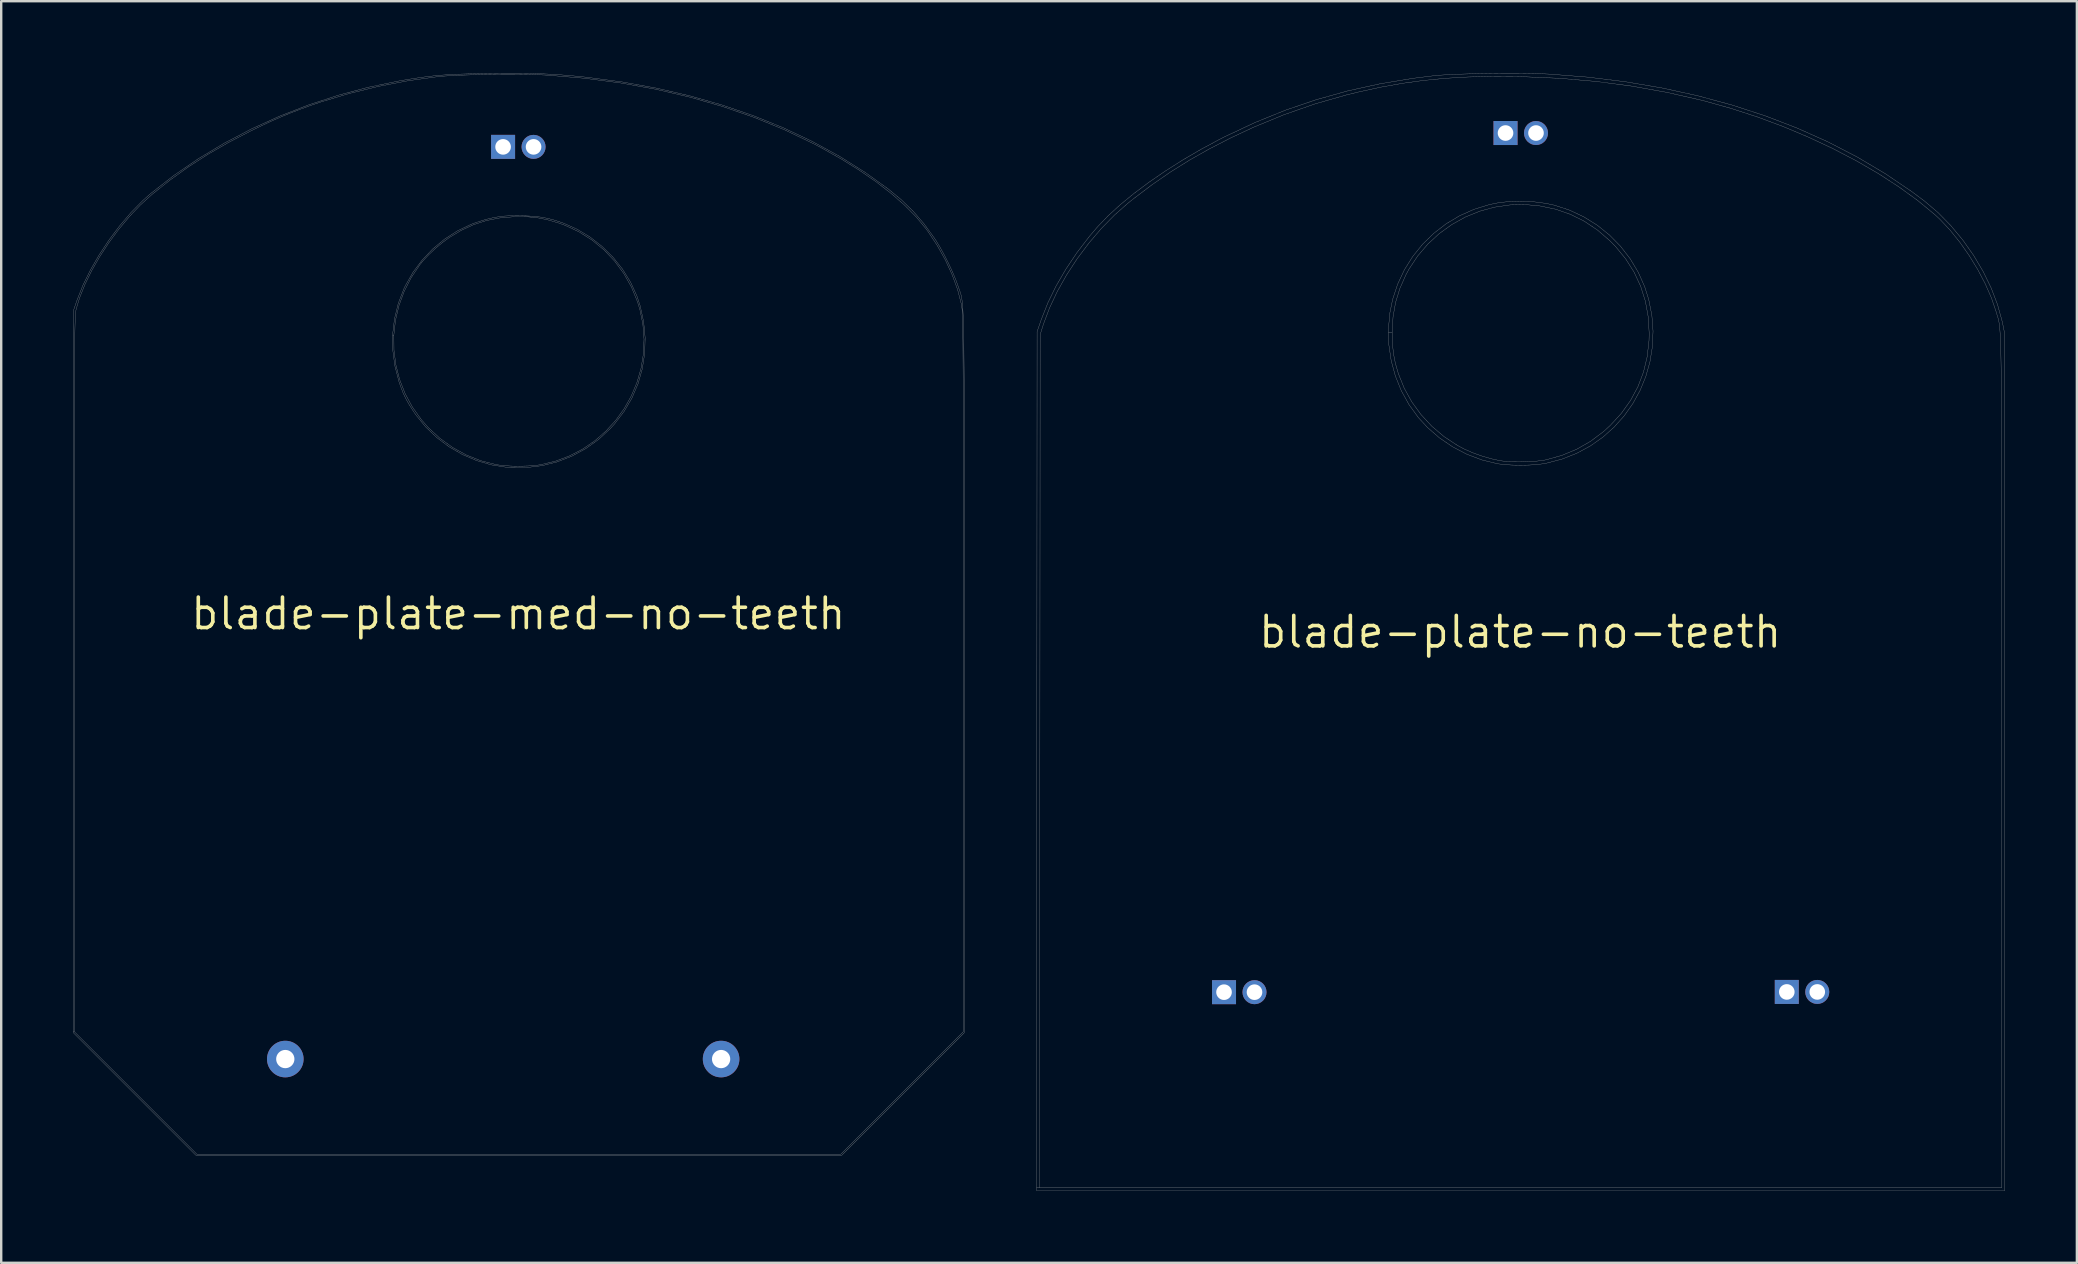
<source format=kicad_pcb>
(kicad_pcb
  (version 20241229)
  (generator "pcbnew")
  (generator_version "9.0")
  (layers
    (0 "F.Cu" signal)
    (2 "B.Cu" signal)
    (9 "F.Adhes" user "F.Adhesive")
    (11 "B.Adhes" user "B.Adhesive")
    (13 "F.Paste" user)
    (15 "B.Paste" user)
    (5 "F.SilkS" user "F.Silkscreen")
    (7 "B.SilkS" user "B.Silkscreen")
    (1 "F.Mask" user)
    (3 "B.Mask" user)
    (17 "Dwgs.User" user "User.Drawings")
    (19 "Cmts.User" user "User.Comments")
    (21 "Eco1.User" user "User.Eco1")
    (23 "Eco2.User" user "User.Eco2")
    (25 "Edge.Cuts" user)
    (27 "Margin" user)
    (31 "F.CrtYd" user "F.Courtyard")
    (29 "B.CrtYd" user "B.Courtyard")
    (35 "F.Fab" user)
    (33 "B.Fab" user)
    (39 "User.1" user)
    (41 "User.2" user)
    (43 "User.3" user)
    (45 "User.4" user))
  (footprint "blade-plate-no-teeth"
    (layer "F.Cu")
    (at 60.294 23.283)
    (property "Reference" "blade-plate-no-teeth" (at 0 0 0) (layer "F.SilkS") (effects (font (size 1.27 1.27) (thickness 0.15))))
    (attr through_hole)
    (fp_poly (pts (xy 0.58 -17.923) (xy 1.072 -17.859) (xy 1.418 -17.785) (xy 2.054 -17.578) (xy 2.653 -17.297) (xy 3.212 -16.949) (xy 3.723 -16.538) (xy 4.183 -16.07) (xy 4.584 -15.551) (xy 4.922 -14.986) (xy 5.191 -14.381) (xy 5.357 -13.854) (xy 5.488 -13.191) (xy 5.537 -12.534) (xy 5.51 -11.887) (xy 5.408 -11.256) (xy 5.236 -10.647) (xy 4.998 -10.065) (xy 4.695 -9.515) (xy 4.333 -9.003) (xy 3.915 -8.535) (xy 3.444 -8.115) (xy 2.923 -7.75) (xy 2.357 -7.444) (xy 1.748 -7.204) (xy 1.101 -7.034) (xy 0.958 -7.008) (xy 0.69 -6.974) (xy 0.367 -6.954) (xy 0.016 -6.948) (xy -0.335 -6.954) (xy -0.659 -6.974) (xy -0.93 -7.007) (xy -0.953 -7.011) (xy -1.597 -7.169) (xy -2.221 -7.405) (xy -2.813 -7.713) (xy -3.366 -8.089) (xy -3.868 -8.526) (xy -4.241 -8.932) (xy -4.632 -9.472) (xy -4.953 -10.052) (xy -5.2 -10.665) (xy -5.374 -11.303) (xy -5.471 -11.959) (xy -5.485 -12.446) (xy -5.334 -12.446) (xy -5.321 -11.991) (xy -5.277 -11.583) (xy -5.199 -11.19) (xy -5.08 -10.78) (xy -5.076 -10.766) (xy -4.832 -10.159) (xy -4.515 -9.586) (xy -4.129 -9.055) (xy -3.681 -8.572) (xy -3.177 -8.144) (xy -2.622 -7.778) (xy -2.349 -7.631) (xy -2 -7.476) (xy -1.603 -7.333) (xy -1.197 -7.215) (xy -0.817 -7.133) (xy -0.804 -7.131) (xy -0.563 -7.104) (xy -0.266 -7.09) (xy 0.061 -7.088) (xy 0.393 -7.099) (xy 0.704 -7.12) (xy 0.97 -7.153) (xy 1.079 -7.173) (xy 1.742 -7.359) (xy 2.36 -7.616) (xy 2.936 -7.946) (xy 3.474 -8.351) (xy 3.749 -8.601) (xy 4.211 -9.103) (xy 4.597 -9.644) (xy 4.907 -10.22) (xy 5.139 -10.83) (xy 5.293 -11.471) (xy 5.369 -12.142) (xy 5.376 -12.446) (xy 5.336 -13.129) (xy 5.217 -13.784) (xy 5.019 -14.408) (xy 4.743 -14.999) (xy 4.39 -15.555) (xy 3.962 -16.075) (xy 3.749 -16.291) (xy 3.23 -16.74) (xy 2.68 -17.109) (xy 2.098 -17.4) (xy 1.484 -17.614) (xy 0.834 -17.75) (xy 0.233 -17.807) (xy -0.423 -17.794) (xy -1.066 -17.701) (xy -1.689 -17.531) (xy -2.285 -17.289) (xy -2.847 -16.977) (xy -3.37 -16.601) (xy -3.845 -16.164) (xy -4.268 -15.669) (xy -4.63 -15.122) (xy -4.76 -14.884) (xy -5.013 -14.312) (xy -5.191 -13.732) (xy -5.297 -13.13) (xy -5.334 -12.49) (xy -5.334 -12.446) (xy -5.485 -12.446) (xy -5.49 -12.624) (xy -5.43 -13.29) (xy -5.315 -13.854) (xy -5.106 -14.49) (xy -4.826 -15.089) (xy -4.478 -15.645) (xy -4.068 -16.154) (xy -3.602 -16.609) (xy -3.085 -17.008) (xy -2.523 -17.343) (xy -1.92 -17.612) (xy -1.282 -17.808) (xy -0.893 -17.887) (xy -0.434 -17.938) (xy 0.067 -17.95) (xy 0.58 -17.923)) (stroke (width 0.01) (type solid)) (fill no) (layer "F.Fab"))
    (fp_poly (pts (xy 0.167 -23.275) (xy 0.585 -23.268) (xy 0.956 -23.257) (xy 1.216 -23.245) (xy 2.819 -23.119) (xy 4.382 -22.927) (xy 5.904 -22.669) (xy 7.382 -22.347) (xy 8.814 -21.961) (xy 10.198 -21.511) (xy 11.533 -20.999) (xy 12.815 -20.426) (xy 14.044 -19.791) (xy 15.217 -19.095) (xy 16.332 -18.34) (xy 16.849 -17.954) (xy 17.417 -17.471) (xy 17.952 -16.925) (xy 18.448 -16.327) (xy 18.897 -15.688) (xy 19.292 -15.02) (xy 19.626 -14.334) (xy 19.892 -13.639) (xy 20.083 -12.949) (xy 20.106 -12.842) (xy 20.193 -12.412) (xy 20.193 23.283) (xy -20.151 23.283) (xy -20.151 23.156) (xy -20.024 23.156) (xy 20.066 23.156) (xy 20.066 5.467) (xy 20.066 3.996) (xy 20.066 2.607) (xy 20.066 1.298) (xy 20.066 0.066) (xy 20.066 -1.09) (xy 20.066 -2.175) (xy 20.066 -3.189) (xy 20.066 -4.136) (xy 20.065 -5.018) (xy 20.064 -5.837) (xy 20.064 -6.597) (xy 20.062 -7.298) (xy 20.061 -7.944) (xy 20.059 -8.538) (xy 20.057 -9.081) (xy 20.054 -9.576) (xy 20.051 -10.026) (xy 20.048 -10.433) (xy 20.044 -10.8) (xy 20.039 -11.128) (xy 20.034 -11.421) (xy 20.029 -11.681) (xy 20.022 -11.91) (xy 20.016 -12.11) (xy 20.008 -12.285) (xy 20 -12.437) (xy 19.991 -12.568) (xy 19.981 -12.68) (xy 19.971 -12.776) (xy 19.96 -12.859) (xy 19.947 -12.931) (xy 19.934 -12.994) (xy 19.92 -13.051) (xy 19.906 -13.104) (xy 19.89 -13.156) (xy 19.873 -13.21) (xy 19.855 -13.267) (xy 19.836 -13.33) (xy 19.83 -13.352) (xy 19.638 -13.916) (xy 19.381 -14.503) (xy 19.07 -15.095) (xy 18.715 -15.677) (xy 18.326 -16.232) (xy 17.914 -16.744) (xy 17.489 -17.196) (xy 17.28 -17.389) (xy 16.565 -17.978) (xy 15.773 -18.552) (xy 14.915 -19.107) (xy 13.997 -19.638) (xy 13.028 -20.143) (xy 12.017 -20.616) (xy 10.972 -21.055) (xy 9.9 -21.454) (xy 8.811 -21.809) (xy 7.713 -22.117) (xy 7.556 -22.157) (xy 6.114 -22.484) (xy 4.654 -22.744) (xy 3.168 -22.939) (xy 1.645 -23.07) (xy 0.075 -23.138) (xy -0.127 -23.142) (xy -1.178 -23.148) (xy -2.165 -23.125) (xy -3.105 -23.071) (xy -4.013 -22.983) (xy -4.905 -22.861) (xy -5.798 -22.703) (xy -6.708 -22.506) (xy -7.264 -22.371) (xy -8.554 -22.002) (xy -9.843 -21.553) (xy -11.122 -21.026) (xy -12.044 -20.595) (xy -12.943 -20.133) (xy -13.778 -19.661) (xy -14.568 -19.168) (xy -15.333 -18.64) (xy -16.093 -18.066) (xy -16.341 -17.868) (xy -16.908 -17.368) (xy -17.457 -16.807) (xy -17.977 -16.196) (xy -18.461 -15.548) (xy -18.901 -14.875) (xy -19.286 -14.19) (xy -19.609 -13.505) (xy -19.862 -12.833) (xy -19.884 -12.764) (xy -20.003 -12.383) (xy -20.013 5.387) (xy -20.024 23.156) (xy -20.151 23.156) (xy -20.14 5.387) (xy -20.13 -12.509) (xy -19.949 -13.034) (xy -19.678 -13.72) (xy -19.335 -14.421) (xy -18.926 -15.125) (xy -18.46 -15.819) (xy -17.944 -16.491) (xy -17.601 -16.893) (xy -17.169 -17.342) (xy -16.663 -17.804) (xy -16.092 -18.273) (xy -15.462 -18.743) (xy -14.783 -19.209) (xy -14.063 -19.665) (xy -13.311 -20.105) (xy -12.533 -20.523) (xy -12.277 -20.653) (xy -11.027 -21.238) (xy -9.767 -21.747) (xy -8.489 -22.182) (xy -7.184 -22.546) (xy -5.844 -22.841) (xy -4.46 -23.07) (xy -3.575 -23.18) (xy -3.321 -23.202) (xy -2.996 -23.222) (xy -2.612 -23.239) (xy -2.184 -23.253) (xy -1.724 -23.264) (xy -1.246 -23.272) (xy -0.762 -23.277) (xy -0.287 -23.278) (xy 0.167 -23.275)) (stroke (width 0.01) (type solid)) (fill no) (layer "F.Fab"))
    (pad "1" thru_hole circle (at -11.07 15.01 180) (size 1 1) (drill 0.65) (layers "*.Cu" "*.Mask"))
    (pad "1" thru_hole circle (at 0.66 -20.79 180) (size 1 1) (drill 0.65) (layers "*.Cu" "*.Mask"))
    (pad "1" thru_hole circle (at 12.38 15 180) (size 1 1) (drill 0.65) (layers "*.Cu" "*.Mask"))
    (pad "2" thru_hole rect (at -12.34 15.01 90) (size 1 1) (drill 0.65) (layers "*.Cu" "*.Mask"))
    (pad "2" thru_hole rect (at -0.61 -20.79 90) (size 1 1) (drill 0.65) (layers "*.Cu" "*.Mask"))
    (pad "2" thru_hole rect (at 11.11 15 90) (size 1 1) (drill 0.65) (layers "*.Cu" "*.Mask")))
  (footprint "blade-plate-med-no-teeth"
    (layer "F.Cu")
    (at 18.548 22.52)
    (property "Reference" "blade-plate-med-no-teeth" (at 0 0 0) (layer "F.SilkS") (effects (font (size 1.27 1.27) (thickness 0.15))))
    (attr through_hole)
    (fp_poly (pts (xy 0.169 -16.581) (xy 0.571 -16.562) (xy 0.916 -16.526) (xy 1.228 -16.47) (xy 1.536 -16.389) (xy 1.863 -16.278) (xy 1.884 -16.271) (xy 2.459 -16.014) (xy 3 -15.686) (xy 3.499 -15.294) (xy 3.95 -14.847) (xy 4.345 -14.351) (xy 4.677 -13.814) (xy 4.939 -13.245) (xy 5.079 -12.821) (xy 5.223 -12.157) (xy 5.285 -11.496) (xy 5.266 -10.843) (xy 5.167 -10.204) (xy 4.991 -9.584) (xy 4.738 -8.99) (xy 4.41 -8.428) (xy 4.008 -7.902) (xy 3.832 -7.709) (xy 3.345 -7.258) (xy 2.811 -6.876) (xy 2.238 -6.565) (xy 1.633 -6.329) (xy 1 -6.168) (xy 0.347 -6.087) (xy -0.32 -6.086) (xy -0.493 -6.099) (xy -1.126 -6.199) (xy -1.742 -6.378) (xy -2.332 -6.631) (xy -2.889 -6.954) (xy -3.403 -7.34) (xy -3.867 -7.786) (xy -4.273 -8.286) (xy -4.367 -8.424) (xy -4.549 -8.71) (xy -4.69 -8.962) (xy -4.807 -9.212) (xy -4.913 -9.491) (xy -4.977 -9.679) (xy -5.146 -10.326) (xy -5.232 -10.982) (xy -5.237 -11.601) (xy -5.187 -11.601) (xy -5.181 -10.979) (xy -5.101 -10.362) (xy -4.946 -9.757) (xy -4.717 -9.17) (xy -4.414 -8.61) (xy -4.038 -8.081) (xy -3.748 -7.751) (xy -3.266 -7.305) (xy -2.735 -6.923) (xy -2.165 -6.611) (xy -1.565 -6.373) (xy -0.942 -6.213) (xy -0.906 -6.206) (xy -0.627 -6.17) (xy -0.295 -6.149) (xy 0.063 -6.144) (xy 0.417 -6.154) (xy 0.737 -6.179) (xy 0.915 -6.204) (xy 1.545 -6.354) (xy 2.137 -6.576) (xy 2.688 -6.863) (xy 3.195 -7.21) (xy 3.654 -7.611) (xy 4.062 -8.06) (xy 4.415 -8.55) (xy 4.71 -9.078) (xy 4.944 -9.635) (xy 5.112 -10.218) (xy 5.211 -10.819) (xy 5.238 -11.433) (xy 5.19 -12.055) (xy 5.063 -12.678) (xy 4.965 -12.996) (xy 4.714 -13.607) (xy 4.393 -14.175) (xy 4.008 -14.695) (xy 3.565 -15.161) (xy 3.068 -15.568) (xy 2.523 -15.911) (xy 1.936 -16.185) (xy 1.693 -16.273) (xy 1.218 -16.412) (xy 0.773 -16.5) (xy 0.324 -16.541) (xy -0.162 -16.54) (xy -0.165 -16.54) (xy -0.775 -16.488) (xy -1.335 -16.379) (xy -1.864 -16.208) (xy -2.379 -15.97) (xy -2.879 -15.67) (xy -3.157 -15.467) (xy -3.449 -15.223) (xy -3.728 -14.96) (xy -3.971 -14.701) (xy -4.085 -14.563) (xy -4.457 -14.013) (xy -4.753 -13.435) (xy -4.974 -12.836) (xy -5.118 -12.222) (xy -5.187 -11.601) (xy -5.237 -11.601) (xy -5.237 -11.638) (xy -5.16 -12.289) (xy -5.003 -12.927) (xy -4.765 -13.545) (xy -4.706 -13.669) (xy -4.39 -14.223) (xy -4.007 -14.735) (xy -3.566 -15.198) (xy -3.075 -15.605) (xy -2.543 -15.947) (xy -1.978 -16.218) (xy -1.766 -16.298) (xy -1.364 -16.424) (xy -0.993 -16.512) (xy -0.623 -16.564) (xy -0.225 -16.585) (xy 0.169 -16.581)) (stroke (width 0.01) (type solid)) (fill no) (layer "F.Fab"))
    (fp_poly (pts (xy 0.477 -22.51) (xy 0.932 -22.497) (xy 1.366 -22.477) (xy 1.795 -22.449) (xy 2.233 -22.413) (xy 2.697 -22.367) (xy 2.856 -22.35) (xy 4.331 -22.155) (xy 5.766 -21.896) (xy 7.158 -21.574) (xy 8.504 -21.191) (xy 9.803 -20.747) (xy 11.05 -20.243) (xy 12.243 -19.68) (xy 13.38 -19.06) (xy 14.458 -18.383) (xy 15.409 -17.7) (xy 15.967 -17.24) (xy 16.461 -16.759) (xy 16.91 -16.238) (xy 17.332 -15.655) (xy 17.416 -15.528) (xy 17.58 -15.256) (xy 17.756 -14.935) (xy 17.93 -14.588) (xy 18.092 -14.239) (xy 18.229 -13.913) (xy 18.327 -13.645) (xy 18.35 -13.577) (xy 18.371 -13.517) (xy 18.391 -13.462) (xy 18.41 -13.409) (xy 18.427 -13.355) (xy 18.444 -13.298) (xy 18.459 -13.236) (xy 18.473 -13.165) (xy 18.486 -13.083) (xy 18.498 -12.987) (xy 18.509 -12.875) (xy 18.519 -12.743) (xy 18.528 -12.59) (xy 18.536 -12.412) (xy 18.543 -12.207) (xy 18.55 -11.972) (xy 18.556 -11.705) (xy 18.561 -11.403) (xy 18.566 -11.062) (xy 18.569 -10.681) (xy 18.573 -10.257) (xy 18.576 -9.788) (xy 18.578 -9.269) (xy 18.58 -8.7) (xy 18.581 -8.076) (xy 18.583 -7.396) (xy 18.583 -6.657) (xy 18.584 -5.856) (xy 18.584 -4.991) (xy 18.585 -4.058) (xy 18.585 -3.055) (xy 18.585 -1.98) (xy 18.585 -0.83) (xy 18.584 0.399) (xy 18.584 1.708) (xy 18.584 2.45) (xy 18.584 17.463) (xy 16.034 20.013) (xy 13.483 22.564) (xy -13.441 22.564) (xy -18.543 17.462) (xy -18.532 2.515) (xy -18.5 2.515) (xy -18.5 17.42) (xy -15.949 19.971) (xy -13.399 22.521) (xy 13.441 22.521) (xy 15.991 19.971) (xy 18.542 17.42) (xy 18.542 2.462) (xy 18.542 1.125) (xy 18.542 -0.129) (xy 18.542 -1.305) (xy 18.542 -2.403) (xy 18.542 -3.428) (xy 18.541 -4.382) (xy 18.541 -5.266) (xy 18.541 -6.085) (xy 18.54 -6.841) (xy 18.539 -7.536) (xy 18.538 -8.173) (xy 18.537 -8.755) (xy 18.536 -9.284) (xy 18.535 -9.763) (xy 18.533 -10.195) (xy 18.531 -10.583) (xy 18.529 -10.928) (xy 18.527 -11.235) (xy 18.524 -11.505) (xy 18.521 -11.741) (xy 18.518 -11.946) (xy 18.515 -12.122) (xy 18.511 -12.272) (xy 18.507 -12.4) (xy 18.502 -12.506) (xy 18.497 -12.595) (xy 18.492 -12.669) (xy 18.486 -12.73) (xy 18.48 -12.782) (xy 18.473 -12.826) (xy 18.466 -12.866) (xy 18.459 -12.904) (xy 18.457 -12.913) (xy 18.303 -13.503) (xy 18.08 -14.114) (xy 17.796 -14.732) (xy 17.457 -15.339) (xy 17.071 -15.922) (xy 16.985 -16.04) (xy 16.584 -16.525) (xy 16.102 -17.013) (xy 15.543 -17.503) (xy 14.912 -17.991) (xy 14.212 -18.474) (xy 13.447 -18.949) (xy 12.621 -19.413) (xy 12.298 -19.583) (xy 11.086 -20.163) (xy 9.819 -20.681) (xy 8.5 -21.135) (xy 7.131 -21.526) (xy 5.716 -21.853) (xy 4.256 -22.114) (xy 2.756 -22.309) (xy 1.217 -22.437) (xy 1.174 -22.44) (xy 0.844 -22.455) (xy 0.456 -22.465) (xy 0.025 -22.471) (xy -0.436 -22.473) (xy -0.913 -22.471) (xy -1.391 -22.464) (xy -1.856 -22.454) (xy -2.296 -22.44) (xy -2.694 -22.423) (xy -3.038 -22.403) (xy -3.313 -22.38) (xy -3.344 -22.377) (xy -4.589 -22.206) (xy -5.829 -21.97) (xy -7.046 -21.674) (xy -8.22 -21.323) (xy -8.657 -21.174) (xy -9.095 -21.015) (xy -9.494 -20.861) (xy -9.878 -20.703) (xy -10.268 -20.532) (xy -10.687 -20.336) (xy -11.155 -20.11) (xy -12.077 -19.632) (xy -12.932 -19.141) (xy -13.737 -18.623) (xy -14.508 -18.069) (xy -15.263 -17.468) (xy -15.282 -17.452) (xy -15.751 -17.025) (xy -16.209 -16.542) (xy -16.649 -16.015) (xy -17.061 -15.458) (xy -17.439 -14.881) (xy -17.773 -14.298) (xy -18.057 -13.72) (xy -18.281 -13.161) (xy -18.416 -12.715) (xy -18.424 -12.685) (xy -18.431 -12.653) (xy -18.437 -12.616) (xy -18.444 -12.571) (xy -18.449 -12.516) (xy -18.455 -12.449) (xy -18.459 -12.366) (xy -18.464 -12.265) (xy -18.468 -12.143) (xy -18.472 -11.998) (xy -18.476 -11.826) (xy -18.479 -11.626) (xy -18.482 -11.395) (xy -18.484 -11.129) (xy -18.487 -10.826) (xy -18.489 -10.485) (xy -18.491 -10.101) (xy -18.492 -9.672) (xy -18.494 -9.196) (xy -18.495 -8.67) (xy -18.496 -8.091) (xy -18.497 -7.457) (xy -18.498 -6.765) (xy -18.498 -6.012) (xy -18.499 -5.196) (xy -18.499 -4.313) (xy -18.499 -3.362) (xy -18.499 -2.34) (xy -18.5 -1.243) (xy -18.5 -0.07) (xy -18.5 1.182) (xy -18.5 2.515) (xy -18.532 2.515) (xy -18.521 -12.679) (xy -18.382 -13.081) (xy -18.142 -13.688) (xy -17.834 -14.314) (xy -17.47 -14.944) (xy -17.061 -15.563) (xy -16.616 -16.156) (xy -16.146 -16.707) (xy -15.661 -17.202) (xy -15.325 -17.502) (xy -14.362 -18.254) (xy -13.335 -18.957) (xy -12.253 -19.606) (xy -11.121 -20.198) (xy -9.948 -20.73) (xy -8.74 -21.199) (xy -7.505 -21.602) (xy -6.249 -21.935) (xy -4.981 -22.195) (xy -4.932 -22.204) (xy -4.527 -22.272) (xy -4.161 -22.328) (xy -3.82 -22.375) (xy -3.489 -22.412) (xy -3.153 -22.442) (xy -2.799 -22.464) (xy -2.41 -22.482) (xy -1.974 -22.495) (xy -1.476 -22.504) (xy -1.176 -22.509) (xy -0.562 -22.515) (xy -0.016 -22.515) (xy 0.477 -22.51)) (stroke (width 0.01) (type solid)) (fill no) (layer "F.Fab"))
    (pad "1" thru_hole circle (at -9.71 18.56 180) (size 1.524 1.524) (drill 0.762) (layers "*.Cu" "*.Mask"))
    (pad "1" thru_hole circle (at 0.635 -19.45 180) (size 1 1) (drill 0.65) (layers "*.Cu" "*.Mask"))
    (pad "1" thru_hole circle (at 8.45 18.56 180) (size 1.524 1.524) (drill 0.762) (layers "*.Cu" "*.Mask"))
    (pad "2" thru_hole rect (at -0.635 -19.45 90) (size 1 1) (drill 0.65) (layers "*.Cu" "*.Mask")))
  (gr_rect
    (start -3 -3)
    (end 83.492 49.571)
    (stroke (width 0.1) (type default))
    (fill no)
    (layer "Edge.Cuts")))
</source>
